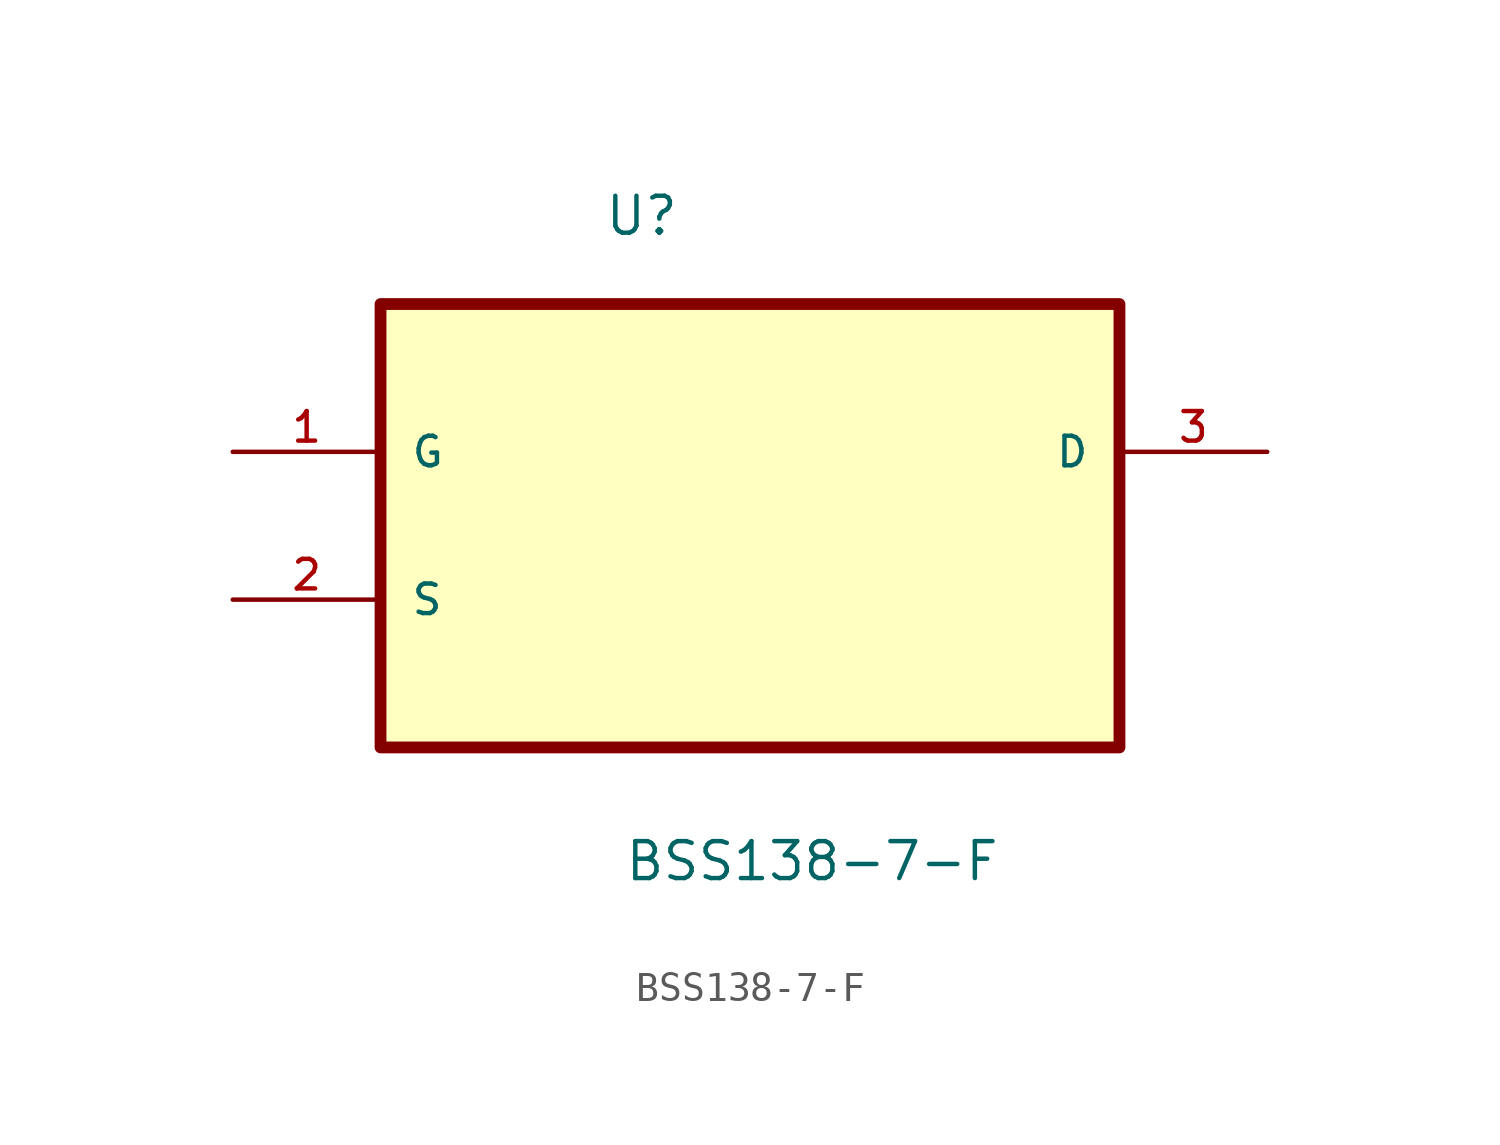
<source format=kicad_sym>
(kicad_symbol_lib
  (version 20211014)
  (generator kicad_symbol_editor)
  (symbol "BSS138-7-F"
    (pin_names
      (offset 1.016))
    (property "Reference" "U"
      (at -5.032 7.37 0.0)
      (effects (font (size 1.27 1.27)) (justify bottom left)))
    (property "Value" "BSS138-7-F"
      (at -4.345 -14.814 0.0)
      (effects (font (size 1.27 1.27)) (justify bottom left)))
    (symbol "BSS138-7-F_0_0"
      (rectangle (start -12.7 -10.16) (end 12.7 5.08) (stroke (width 0.406)) (fill (type background)))
      (pin passive line (at -17.78 0.0 0) (length 5.08) (name "G" (effects (font (size 1.016 1.016)))) (number "1" (effects (font (size 1.016 1.016)))))
      (pin passive line (at -17.78 -5.08 0) (length 5.08) (name "S" (effects (font (size 1.016 1.016)))) (number "2" (effects (font (size 1.016 1.016)))))
      (pin passive line (at 17.78 0.0 180.0) (length 5.08) (name "D" (effects (font (size 1.016 1.016)))) (number "3" (effects (font (size 1.016 1.016))))))))
</source>
